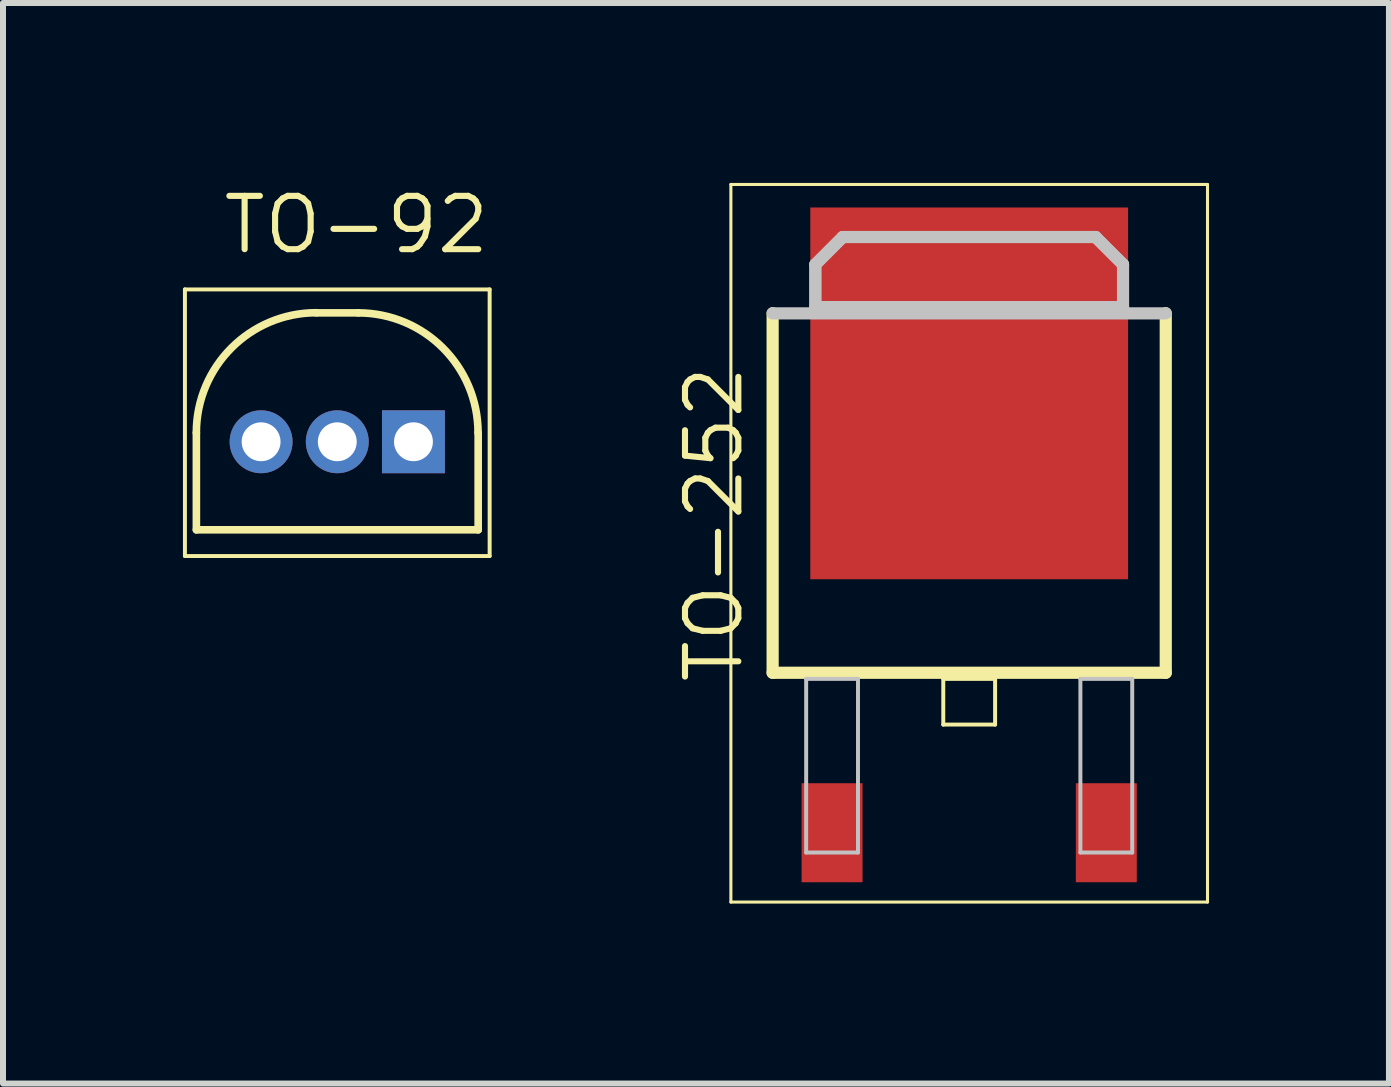
<source format=kicad_pcb>
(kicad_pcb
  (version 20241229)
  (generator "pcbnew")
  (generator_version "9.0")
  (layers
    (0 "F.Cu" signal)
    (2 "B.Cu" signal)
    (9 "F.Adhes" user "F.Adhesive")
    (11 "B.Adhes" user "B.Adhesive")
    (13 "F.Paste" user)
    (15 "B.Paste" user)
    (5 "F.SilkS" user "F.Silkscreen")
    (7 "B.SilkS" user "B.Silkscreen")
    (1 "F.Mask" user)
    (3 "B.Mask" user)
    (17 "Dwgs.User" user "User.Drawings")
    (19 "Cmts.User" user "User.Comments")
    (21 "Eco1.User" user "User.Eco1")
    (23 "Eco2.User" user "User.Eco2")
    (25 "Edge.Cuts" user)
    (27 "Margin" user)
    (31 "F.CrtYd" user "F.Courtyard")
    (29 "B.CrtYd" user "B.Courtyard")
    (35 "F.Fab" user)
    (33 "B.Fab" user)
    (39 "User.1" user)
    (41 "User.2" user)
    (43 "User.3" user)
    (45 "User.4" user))
  (footprint "TO-92"
    (layer "F.Cu")
    (at 2.573 4.315)
    (property "Reference" "TO-92" (at 0.318 -3.617 0) (layer "F.SilkS") (effects (font (size 0.889 0.889) (thickness 0.102))))
    (attr exclude_from_pos_files exclude_from_bom)
    (fp_line (start -2.54 -2.54) (end 2.54 -2.54) (stroke (width 0.066) (type solid)) (layer "F.SilkS"))
    (fp_line (start -2.54 1.905) (end -2.54 -2.54) (stroke (width 0.066) (type solid)) (layer "F.SilkS"))
    (fp_line (start -2.54 1.905) (end 2.54 1.905) (stroke (width 0.066) (type solid)) (layer "F.SilkS"))
    (fp_line (start -2.349 -0.15) (end -2.349 1.468) (stroke (width 0.127) (type solid)) (layer "F.SilkS"))
    (fp_line (start -2.349 1.468) (end 2.349 1.468) (stroke (width 0.127) (type solid)) (layer "F.SilkS"))
    (fp_line (start 0.348 -2.149) (end -0.348 -2.149) (stroke (width 0.127) (type solid)) (layer "F.SilkS"))
    (fp_line (start 2.349 1.468) (end 2.349 -0.15) (stroke (width 0.127) (type solid)) (layer "F.SilkS"))
    (fp_line (start 2.54 1.905) (end 2.54 -2.54) (stroke (width 0.066) (type solid)) (layer "F.SilkS"))
    (fp_arc (start -2.3495 -0.14986) (mid -1.763268 -1.565148) (end -0.34798 -2.15138) (stroke (width 0.127) (type solid)) (layer "F.SilkS"))
    (fp_arc (start 0.34798 -2.14884) (mid 1.761472 -1.563352) (end 2.34696 -0.14986) (stroke (width 0.127) (type solid)) (layer "F.SilkS"))
    (pad "1" thru_hole rect (at 1.27 0) (size 1.049 1.049) (drill 0.648) (layers "*.Cu" "*.Paste" "*.Mask"))
    (pad "2" thru_hole circle (at 0 0) (size 1.049 1.049) (drill 0.648) (layers "*.Cu" "*.Paste" "*.Mask"))
    (pad "3" thru_hole circle (at -1.27 0) (size 1.049 1.049) (drill 0.648) (layers "*.Cu" "*.Paste" "*.Mask")))
  (footprint "TO-252"
    (layer "F.Cu")
    (at 13.108 6.007)
    (property "Reference" "TO-252" (at -4.255 -0.318 90) (layer "F.SilkS") (effects (font (size 0.889 0.889) (thickness 0.102))))
    (attr smd)
    (fp_line (start -3.973 -5.982) (end 3.973 -5.982) (stroke (width 0.051) (type solid)) (layer "F.SilkS"))
    (fp_line (start -3.973 5.982) (end -3.973 -5.982) (stroke (width 0.051) (type solid)) (layer "F.SilkS"))
    (fp_line (start -3.277 2.159) (end -3.277 -3.835) (stroke (width 0.203) (type solid)) (layer "F.SilkS"))
    (fp_line (start -0.432 2.261) (end 0.432 2.261) (stroke (width 0.066) (type solid)) (layer "F.SilkS"))
    (fp_line (start -0.432 3.023) (end -0.432 2.261) (stroke (width 0.066) (type solid)) (layer "F.SilkS"))
    (fp_line (start -0.432 3.023) (end 0.432 3.023) (stroke (width 0.066) (type solid)) (layer "F.SilkS"))
    (fp_line (start 0.432 3.023) (end 0.432 2.261) (stroke (width 0.066) (type solid)) (layer "F.SilkS"))
    (fp_line (start 3.277 -3.835) (end 3.277 2.159) (stroke (width 0.203) (type solid)) (layer "F.SilkS"))
    (fp_line (start 3.277 2.159) (end -3.277 2.159) (stroke (width 0.203) (type solid)) (layer "F.SilkS"))
    (fp_line (start 3.973 -5.982) (end 3.973 5.982) (stroke (width 0.051) (type solid)) (layer "F.SilkS"))
    (fp_line (start 3.973 5.982) (end -3.973 5.982) (stroke (width 0.051) (type solid)) (layer "F.SilkS"))
    (fp_line (start -3.277 -3.833) (end 3.277 -3.833) (stroke (width 0.203) (type solid)) (layer "Dwgs.User"))
    (fp_line (start -2.718 2.261) (end -1.854 2.261) (stroke (width 0.066) (type solid)) (layer "Dwgs.User"))
    (fp_line (start -2.718 5.156) (end -2.718 2.261) (stroke (width 0.066) (type solid)) (layer "Dwgs.User"))
    (fp_line (start -2.718 5.156) (end -1.854 5.156) (stroke (width 0.066) (type solid)) (layer "Dwgs.User"))
    (fp_line (start -2.565 -4.648) (end -2.108 -5.105) (stroke (width 0.198) (type solid)) (layer "Dwgs.User"))
    (fp_line (start -2.565 -4.648) (end -2.108 -5.105) (stroke (width 0.203) (type solid)) (layer "Dwgs.User"))
    (fp_line (start -2.565 -3.937) (end -2.565 -4.648) (stroke (width 0.198) (type solid)) (layer "Dwgs.User"))
    (fp_line (start -2.565 -3.937) (end -2.565 -4.648) (stroke (width 0.203) (type solid)) (layer "Dwgs.User"))
    (fp_line (start -2.108 -5.105) (end 2.108 -5.105) (stroke (width 0.198) (type solid)) (layer "Dwgs.User"))
    (fp_line (start -2.108 -5.105) (end 2.108 -5.105) (stroke (width 0.203) (type solid)) (layer "Dwgs.User"))
    (fp_line (start -1.854 5.156) (end -1.854 2.261) (stroke (width 0.066) (type solid)) (layer "Dwgs.User"))
    (fp_line (start 1.854 2.261) (end 2.718 2.261) (stroke (width 0.066) (type solid)) (layer "Dwgs.User"))
    (fp_line (start 1.854 5.156) (end 1.854 2.261) (stroke (width 0.066) (type solid)) (layer "Dwgs.User"))
    (fp_line (start 1.854 5.156) (end 2.718 5.156) (stroke (width 0.066) (type solid)) (layer "Dwgs.User"))
    (fp_line (start 2.108 -5.105) (end 2.565 -4.648) (stroke (width 0.198) (type solid)) (layer "Dwgs.User"))
    (fp_line (start 2.108 -5.105) (end 2.565 -4.648) (stroke (width 0.203) (type solid)) (layer "Dwgs.User"))
    (fp_line (start 2.565 -4.648) (end 2.565 -3.937) (stroke (width 0.198) (type solid)) (layer "Dwgs.User"))
    (fp_line (start 2.565 -4.648) (end 2.565 -3.937) (stroke (width 0.203) (type solid)) (layer "Dwgs.User"))
    (fp_line (start 2.565 -3.937) (end -2.565 -3.937) (stroke (width 0.198) (type solid)) (layer "Dwgs.User"))
    (fp_line (start 2.565 -3.937) (end -2.565 -3.937) (stroke (width 0.203) (type solid)) (layer "Dwgs.User"))
    (fp_line (start 2.718 5.156) (end 2.718 2.261) (stroke (width 0.066) (type solid)) (layer "Dwgs.User"))
    (pad "1" smd rect (at -2.286 4.826) (size 1.016 1.651) (layers "F.Cu" "F.Mask" "F.Paste"))
    (pad "2" smd rect (at 0 -2.499) (size 5.298 6.198) (layers "F.Cu" "F.Mask" "F.Paste"))
    (pad "3" smd rect (at 2.286 4.826) (size 1.016 1.651) (layers "F.Cu" "F.Mask" "F.Paste")))
  (gr_rect
    (start -3 -3)
    (end 20.106 15.014)
    (stroke (width 0.1) (type default))
    (fill no)
    (layer "Edge.Cuts")))
</source>
